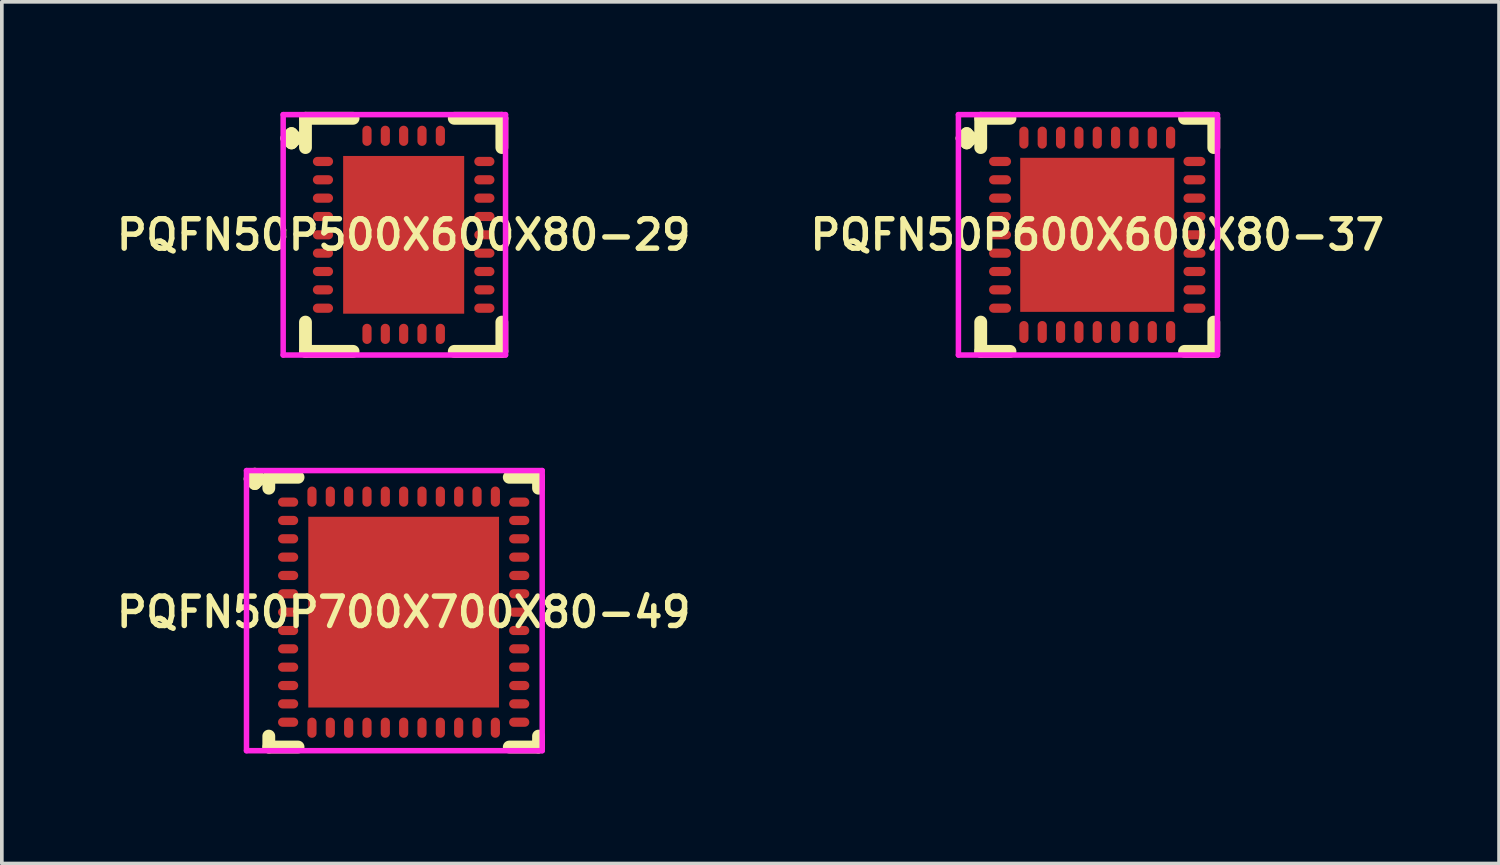
<source format=kicad_pcb>
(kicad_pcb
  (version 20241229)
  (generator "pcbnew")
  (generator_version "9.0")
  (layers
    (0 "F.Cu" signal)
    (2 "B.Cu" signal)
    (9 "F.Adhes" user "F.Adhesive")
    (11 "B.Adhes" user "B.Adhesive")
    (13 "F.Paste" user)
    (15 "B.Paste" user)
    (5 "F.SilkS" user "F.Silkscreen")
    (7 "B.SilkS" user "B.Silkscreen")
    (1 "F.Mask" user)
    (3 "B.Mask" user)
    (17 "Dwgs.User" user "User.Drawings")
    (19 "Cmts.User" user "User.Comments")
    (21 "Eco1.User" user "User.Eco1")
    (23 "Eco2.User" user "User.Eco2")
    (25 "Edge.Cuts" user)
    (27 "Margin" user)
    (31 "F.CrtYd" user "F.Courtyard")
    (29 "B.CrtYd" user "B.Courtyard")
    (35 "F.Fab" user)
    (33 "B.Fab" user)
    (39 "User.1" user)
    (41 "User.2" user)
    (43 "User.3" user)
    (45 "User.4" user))
  (footprint "PQFN50P500X600X80-29"
    (layer "F.Cu")
    (at 7.955 3.352)
    (property "Reference" "PQFN50P500X600X80-29" (at 0 0 0) (layer "F.SilkS") (effects (font (size 0.8 0.8) (thickness 0.15))))
    (attr smd)
    (fp_line (start -3.185 -2.633) (end -3.058 -2.76) (stroke (width 0.35) (type solid)) (layer "F.SilkS"))
    (fp_line (start -3.058 -2.76) (end -2.931 -2.633) (stroke (width 0.35) (type solid)) (layer "F.SilkS"))
    (fp_line (start -3.058 -2.506) (end -3.185 -2.633) (stroke (width 0.35) (type solid)) (layer "F.SilkS"))
    (fp_line (start -2.931 -2.633) (end -3.058 -2.506) (stroke (width 0.35) (type solid)) (layer "F.SilkS"))
    (fp_line (start -2.677 -3.177) (end -1.379 -3.177) (stroke (width 0.35) (type solid)) (layer "F.SilkS"))
    (fp_line (start -2.677 -2.379) (end -2.677 -3.177) (stroke (width 0.35) (type solid)) (layer "F.SilkS"))
    (fp_line (start -2.677 2.379) (end -2.677 3.177) (stroke (width 0.35) (type solid)) (layer "F.SilkS"))
    (fp_line (start -2.677 3.177) (end -1.379 3.177) (stroke (width 0.35) (type solid)) (layer "F.SilkS"))
    (fp_line (start 1.379 -3.177) (end 2.677 -3.177) (stroke (width 0.35) (type solid)) (layer "F.SilkS"))
    (fp_line (start 1.379 3.177) (end 2.677 3.177) (stroke (width 0.35) (type solid)) (layer "F.SilkS"))
    (fp_line (start 2.677 -3.177) (end 2.677 -2.379) (stroke (width 0.35) (type solid)) (layer "F.SilkS"))
    (fp_line (start 2.677 3.177) (end 2.677 2.379) (stroke (width 0.35) (type solid)) (layer "F.SilkS"))
    (fp_line (start -3.285 -3.277) (end 2.777 -3.277) (stroke (width 0.15) (type solid)) (layer "F.CrtYd"))
    (fp_line (start -3.285 3.277) (end -3.285 -3.277) (stroke (width 0.15) (type solid)) (layer "F.CrtYd"))
    (fp_line (start 2.777 -3.277) (end 2.777 3.277) (stroke (width 0.15) (type solid)) (layer "F.CrtYd"))
    (fp_line (start 2.777 3.277) (end -3.285 3.277) (stroke (width 0.15) (type solid)) (layer "F.CrtYd"))
    (pad "1" smd oval (at -2.2 -2) (size 0.55 0.25) (layers "F.Cu" "F.Mask" "F.Paste"))
    (pad "2" smd oval (at -2.2 -1.5) (size 0.55 0.25) (layers "F.Cu" "F.Mask" "F.Paste"))
    (pad "3" smd oval (at -2.2 -1) (size 0.55 0.25) (layers "F.Cu" "F.Mask" "F.Paste"))
    (pad "4" smd oval (at -2.2 -0.5) (size 0.55 0.25) (layers "F.Cu" "F.Mask" "F.Paste"))
    (pad "5" smd oval (at -2.2 0) (size 0.55 0.25) (layers "F.Cu" "F.Mask" "F.Paste"))
    (pad "6" smd oval (at -2.2 0.5) (size 0.55 0.25) (layers "F.Cu" "F.Mask" "F.Paste"))
    (pad "7" smd oval (at -2.2 1) (size 0.55 0.25) (layers "F.Cu" "F.Mask" "F.Paste"))
    (pad "8" smd oval (at -2.2 1.5) (size 0.55 0.25) (layers "F.Cu" "F.Mask" "F.Paste"))
    (pad "9" smd oval (at -2.2 2) (size 0.55 0.25) (layers "F.Cu" "F.Mask" "F.Paste"))
    (pad "10" smd oval (at -1 2.7) (size 0.25 0.55) (layers "F.Cu" "F.Mask" "F.Paste"))
    (pad "11" smd oval (at -0.5 2.7) (size 0.25 0.55) (layers "F.Cu" "F.Mask" "F.Paste"))
    (pad "12" smd oval (at 0 2.7) (size 0.25 0.55) (layers "F.Cu" "F.Mask" "F.Paste"))
    (pad "13" smd oval (at 0.5 2.7) (size 0.25 0.55) (layers "F.Cu" "F.Mask" "F.Paste"))
    (pad "14" smd oval (at 1 2.7) (size 0.25 0.55) (layers "F.Cu" "F.Mask" "F.Paste"))
    (pad "15" smd oval (at 2.2 2) (size 0.55 0.25) (layers "F.Cu" "F.Mask" "F.Paste"))
    (pad "16" smd oval (at 2.2 1.5) (size 0.55 0.25) (layers "F.Cu" "F.Mask" "F.Paste"))
    (pad "17" smd oval (at 2.2 1) (size 0.55 0.25) (layers "F.Cu" "F.Mask" "F.Paste"))
    (pad "18" smd oval (at 2.2 0.5) (size 0.55 0.25) (layers "F.Cu" "F.Mask" "F.Paste"))
    (pad "19" smd oval (at 2.2 0) (size 0.55 0.25) (layers "F.Cu" "F.Mask" "F.Paste"))
    (pad "20" smd oval (at 2.2 -0.5) (size 0.55 0.25) (layers "F.Cu" "F.Mask" "F.Paste"))
    (pad "21" smd oval (at 2.2 -1) (size 0.55 0.25) (layers "F.Cu" "F.Mask" "F.Paste"))
    (pad "22" smd oval (at 2.2 -1.5) (size 0.55 0.25) (layers "F.Cu" "F.Mask" "F.Paste"))
    (pad "23" smd oval (at 2.2 -2) (size 0.55 0.25) (layers "F.Cu" "F.Mask" "F.Paste"))
    (pad "24" smd oval (at 1 -2.7) (size 0.25 0.55) (layers "F.Cu" "F.Mask" "F.Paste"))
    (pad "25" smd oval (at 0.5 -2.7) (size 0.25 0.55) (layers "F.Cu" "F.Mask" "F.Paste"))
    (pad "26" smd oval (at 0 -2.7) (size 0.25 0.55) (layers "F.Cu" "F.Mask" "F.Paste"))
    (pad "27" smd oval (at -0.5 -2.7) (size 0.25 0.55) (layers "F.Cu" "F.Mask" "F.Paste"))
    (pad "28" smd oval (at -1 -2.7) (size 0.25 0.55) (layers "F.Cu" "F.Mask" "F.Paste"))
    (pad "29" smd rect (at 0 0) (size 3.3 4.3) (layers "F.Cu" "F.Mask" "F.Paste")))
  (footprint "PQFN50P600X600X80-37"
    (layer "F.Cu")
    (at 26.864 3.352)
    (property "Reference" "PQFN50P600X600X80-37" (at 0 0 0) (layer "F.SilkS") (effects (font (size 0.8 0.8) (thickness 0.15))))
    (attr smd)
    (fp_line (start -3.685 -2.633) (end -3.558 -2.76) (stroke (width 0.35) (type solid)) (layer "F.SilkS"))
    (fp_line (start -3.558 -2.76) (end -3.431 -2.633) (stroke (width 0.35) (type solid)) (layer "F.SilkS"))
    (fp_line (start -3.558 -2.506) (end -3.685 -2.633) (stroke (width 0.35) (type solid)) (layer "F.SilkS"))
    (fp_line (start -3.431 -2.633) (end -3.558 -2.506) (stroke (width 0.35) (type solid)) (layer "F.SilkS"))
    (fp_line (start -3.177 -3.177) (end -2.379 -3.177) (stroke (width 0.35) (type solid)) (layer "F.SilkS"))
    (fp_line (start -3.177 -2.379) (end -3.177 -3.177) (stroke (width 0.35) (type solid)) (layer "F.SilkS"))
    (fp_line (start -3.177 2.379) (end -3.177 3.177) (stroke (width 0.35) (type solid)) (layer "F.SilkS"))
    (fp_line (start -3.177 3.177) (end -2.379 3.177) (stroke (width 0.35) (type solid)) (layer "F.SilkS"))
    (fp_line (start 2.379 -3.177) (end 3.177 -3.177) (stroke (width 0.35) (type solid)) (layer "F.SilkS"))
    (fp_line (start 2.379 3.177) (end 3.177 3.177) (stroke (width 0.35) (type solid)) (layer "F.SilkS"))
    (fp_line (start 3.177 -3.177) (end 3.177 -2.379) (stroke (width 0.35) (type solid)) (layer "F.SilkS"))
    (fp_line (start 3.177 3.177) (end 3.177 2.379) (stroke (width 0.35) (type solid)) (layer "F.SilkS"))
    (fp_line (start -3.785 -3.277) (end 3.277 -3.277) (stroke (width 0.15) (type solid)) (layer "F.CrtYd"))
    (fp_line (start -3.785 3.277) (end -3.785 -3.277) (stroke (width 0.15) (type solid)) (layer "F.CrtYd"))
    (fp_line (start 3.277 -3.277) (end 3.277 3.277) (stroke (width 0.15) (type solid)) (layer "F.CrtYd"))
    (fp_line (start 3.277 3.277) (end -3.785 3.277) (stroke (width 0.15) (type solid)) (layer "F.CrtYd"))
    (pad "1" smd oval (at -2.65 -2) (size 0.6 0.25) (layers "F.Cu" "F.Mask" "F.Paste"))
    (pad "2" smd oval (at -2.65 -1.5) (size 0.6 0.25) (layers "F.Cu" "F.Mask" "F.Paste"))
    (pad "3" smd oval (at -2.65 -1) (size 0.6 0.25) (layers "F.Cu" "F.Mask" "F.Paste"))
    (pad "4" smd oval (at -2.65 -0.5) (size 0.6 0.25) (layers "F.Cu" "F.Mask" "F.Paste"))
    (pad "5" smd oval (at -2.65 0) (size 0.6 0.25) (layers "F.Cu" "F.Mask" "F.Paste"))
    (pad "6" smd oval (at -2.65 0.5) (size 0.6 0.25) (layers "F.Cu" "F.Mask" "F.Paste"))
    (pad "7" smd oval (at -2.65 1) (size 0.6 0.25) (layers "F.Cu" "F.Mask" "F.Paste"))
    (pad "8" smd oval (at -2.65 1.5) (size 0.6 0.25) (layers "F.Cu" "F.Mask" "F.Paste"))
    (pad "9" smd oval (at -2.65 2) (size 0.6 0.25) (layers "F.Cu" "F.Mask" "F.Paste"))
    (pad "10" smd oval (at -2 2.65) (size 0.25 0.6) (layers "F.Cu" "F.Mask" "F.Paste"))
    (pad "11" smd oval (at -1.5 2.65) (size 0.25 0.6) (layers "F.Cu" "F.Mask" "F.Paste"))
    (pad "12" smd oval (at -1 2.65) (size 0.25 0.6) (layers "F.Cu" "F.Mask" "F.Paste"))
    (pad "13" smd oval (at -0.5 2.65) (size 0.25 0.6) (layers "F.Cu" "F.Mask" "F.Paste"))
    (pad "14" smd oval (at 0 2.65) (size 0.25 0.6) (layers "F.Cu" "F.Mask" "F.Paste"))
    (pad "15" smd oval (at 0.5 2.65) (size 0.25 0.6) (layers "F.Cu" "F.Mask" "F.Paste"))
    (pad "16" smd oval (at 1 2.65) (size 0.25 0.6) (layers "F.Cu" "F.Mask" "F.Paste"))
    (pad "17" smd oval (at 1.5 2.65) (size 0.25 0.6) (layers "F.Cu" "F.Mask" "F.Paste"))
    (pad "18" smd oval (at 2 2.65) (size 0.25 0.6) (layers "F.Cu" "F.Mask" "F.Paste"))
    (pad "19" smd oval (at 2.65 2) (size 0.6 0.25) (layers "F.Cu" "F.Mask" "F.Paste"))
    (pad "20" smd oval (at 2.65 1.5) (size 0.6 0.25) (layers "F.Cu" "F.Mask" "F.Paste"))
    (pad "21" smd oval (at 2.65 1) (size 0.6 0.25) (layers "F.Cu" "F.Mask" "F.Paste"))
    (pad "22" smd oval (at 2.65 0.5) (size 0.6 0.25) (layers "F.Cu" "F.Mask" "F.Paste"))
    (pad "23" smd oval (at 2.65 0) (size 0.6 0.25) (layers "F.Cu" "F.Mask" "F.Paste"))
    (pad "24" smd oval (at 2.65 -0.5) (size 0.6 0.25) (layers "F.Cu" "F.Mask" "F.Paste"))
    (pad "25" smd oval (at 2.65 -1) (size 0.6 0.25) (layers "F.Cu" "F.Mask" "F.Paste"))
    (pad "26" smd oval (at 2.65 -1.5) (size 0.6 0.25) (layers "F.Cu" "F.Mask" "F.Paste"))
    (pad "27" smd oval (at 2.65 -2) (size 0.6 0.25) (layers "F.Cu" "F.Mask" "F.Paste"))
    (pad "28" smd oval (at 2 -2.65) (size 0.25 0.6) (layers "F.Cu" "F.Mask" "F.Paste"))
    (pad "29" smd oval (at 1.5 -2.65) (size 0.25 0.6) (layers "F.Cu" "F.Mask" "F.Paste"))
    (pad "30" smd oval (at 1 -2.65) (size 0.25 0.6) (layers "F.Cu" "F.Mask" "F.Paste"))
    (pad "31" smd oval (at 0.5 -2.65) (size 0.25 0.6) (layers "F.Cu" "F.Mask" "F.Paste"))
    (pad "32" smd oval (at 0 -2.65) (size 0.25 0.6) (layers "F.Cu" "F.Mask" "F.Paste"))
    (pad "33" smd oval (at -0.5 -2.65) (size 0.25 0.6) (layers "F.Cu" "F.Mask" "F.Paste"))
    (pad "34" smd oval (at -1 -2.65) (size 0.25 0.6) (layers "F.Cu" "F.Mask" "F.Paste"))
    (pad "35" smd oval (at -1.5 -2.65) (size 0.25 0.6) (layers "F.Cu" "F.Mask" "F.Paste"))
    (pad "36" smd oval (at -2 -2.65) (size 0.25 0.6) (layers "F.Cu" "F.Mask" "F.Paste"))
    (pad "37" smd rect (at 0 0) (size 4.2 4.2) (layers "F.Cu" "F.Mask" "F.Paste")))
  (footprint "PQFN50P700X700X80-49"
    (layer "F.Cu")
    (at 7.955 13.639)
    (property "Reference" "PQFN50P700X700X80-49" (at 0 0 0) (layer "F.SilkS") (effects (font (size 0.8 0.8) (thickness 0.15))))
    (attr smd)
    (fp_line (start -4.185 -3.633) (end -4.058 -3.76) (stroke (width 0.35) (type solid)) (layer "F.SilkS"))
    (fp_line (start -4.058 -3.76) (end -3.931 -3.633) (stroke (width 0.35) (type solid)) (layer "F.SilkS"))
    (fp_line (start -4.058 -3.506) (end -4.185 -3.633) (stroke (width 0.35) (type solid)) (layer "F.SilkS"))
    (fp_line (start -3.931 -3.633) (end -4.058 -3.506) (stroke (width 0.35) (type solid)) (layer "F.SilkS"))
    (fp_line (start -3.677 -3.677) (end -2.879 -3.677) (stroke (width 0.35) (type solid)) (layer "F.SilkS"))
    (fp_line (start -3.677 -3.379) (end -3.677 -3.677) (stroke (width 0.35) (type solid)) (layer "F.SilkS"))
    (fp_line (start -3.677 3.379) (end -3.677 3.677) (stroke (width 0.35) (type solid)) (layer "F.SilkS"))
    (fp_line (start -3.677 3.677) (end -2.879 3.677) (stroke (width 0.35) (type solid)) (layer "F.SilkS"))
    (fp_line (start 2.879 -3.677) (end 3.677 -3.677) (stroke (width 0.35) (type solid)) (layer "F.SilkS"))
    (fp_line (start 2.879 3.677) (end 3.677 3.677) (stroke (width 0.35) (type solid)) (layer "F.SilkS"))
    (fp_line (start 3.677 -3.677) (end 3.677 -3.379) (stroke (width 0.35) (type solid)) (layer "F.SilkS"))
    (fp_line (start 3.677 3.677) (end 3.677 3.379) (stroke (width 0.35) (type solid)) (layer "F.SilkS"))
    (fp_line (start -4.285 -3.86) (end 3.777 -3.86) (stroke (width 0.15) (type solid)) (layer "F.CrtYd"))
    (fp_line (start -4.285 3.777) (end -4.285 -3.86) (stroke (width 0.15) (type solid)) (layer "F.CrtYd"))
    (fp_line (start 3.777 -3.86) (end 3.777 3.777) (stroke (width 0.15) (type solid)) (layer "F.CrtYd"))
    (fp_line (start 3.777 3.777) (end -4.285 3.777) (stroke (width 0.15) (type solid)) (layer "F.CrtYd"))
    (pad "1" smd oval (at -3.15 -3) (size 0.55 0.25) (layers "F.Cu" "F.Mask" "F.Paste"))
    (pad "2" smd oval (at -3.15 -2.5) (size 0.55 0.25) (layers "F.Cu" "F.Mask" "F.Paste"))
    (pad "3" smd oval (at -3.15 -2) (size 0.55 0.25) (layers "F.Cu" "F.Mask" "F.Paste"))
    (pad "4" smd oval (at -3.15 -1.5) (size 0.55 0.25) (layers "F.Cu" "F.Mask" "F.Paste"))
    (pad "5" smd oval (at -3.15 -1) (size 0.55 0.25) (layers "F.Cu" "F.Mask" "F.Paste"))
    (pad "6" smd oval (at -3.15 -0.5) (size 0.55 0.25) (layers "F.Cu" "F.Mask" "F.Paste"))
    (pad "7" smd oval (at -3.15 0) (size 0.55 0.25) (layers "F.Cu" "F.Mask" "F.Paste"))
    (pad "8" smd oval (at -3.15 0.5) (size 0.55 0.25) (layers "F.Cu" "F.Mask" "F.Paste"))
    (pad "9" smd oval (at -3.15 1) (size 0.55 0.25) (layers "F.Cu" "F.Mask" "F.Paste"))
    (pad "10" smd oval (at -3.15 1.5) (size 0.55 0.25) (layers "F.Cu" "F.Mask" "F.Paste"))
    (pad "11" smd oval (at -3.15 2) (size 0.55 0.25) (layers "F.Cu" "F.Mask" "F.Paste"))
    (pad "12" smd oval (at -3.15 2.5) (size 0.55 0.25) (layers "F.Cu" "F.Mask" "F.Paste"))
    (pad "13" smd oval (at -3.15 3) (size 0.55 0.25) (layers "F.Cu" "F.Mask" "F.Paste"))
    (pad "14" smd oval (at -2.5 3.15) (size 0.25 0.55) (layers "F.Cu" "F.Mask" "F.Paste"))
    (pad "15" smd oval (at -2 3.15) (size 0.25 0.55) (layers "F.Cu" "F.Mask" "F.Paste"))
    (pad "16" smd oval (at -1.5 3.15) (size 0.25 0.55) (layers "F.Cu" "F.Mask" "F.Paste"))
    (pad "17" smd oval (at -1 3.15) (size 0.25 0.55) (layers "F.Cu" "F.Mask" "F.Paste"))
    (pad "18" smd oval (at -0.5 3.15) (size 0.25 0.55) (layers "F.Cu" "F.Mask" "F.Paste"))
    (pad "19" smd oval (at 0 3.15) (size 0.25 0.55) (layers "F.Cu" "F.Mask" "F.Paste"))
    (pad "20" smd oval (at 0.5 3.15) (size 0.25 0.55) (layers "F.Cu" "F.Mask" "F.Paste"))
    (pad "21" smd oval (at 1 3.15) (size 0.25 0.55) (layers "F.Cu" "F.Mask" "F.Paste"))
    (pad "22" smd oval (at 1.5 3.15) (size 0.25 0.55) (layers "F.Cu" "F.Mask" "F.Paste"))
    (pad "23" smd oval (at 2 3.15) (size 0.25 0.55) (layers "F.Cu" "F.Mask" "F.Paste"))
    (pad "24" smd oval (at 2.5 3.15) (size 0.25 0.55) (layers "F.Cu" "F.Mask" "F.Paste"))
    (pad "25" smd oval (at 3.15 3) (size 0.55 0.25) (layers "F.Cu" "F.Mask" "F.Paste"))
    (pad "26" smd oval (at 3.15 2.5) (size 0.55 0.25) (layers "F.Cu" "F.Mask" "F.Paste"))
    (pad "27" smd oval (at 3.15 2) (size 0.55 0.25) (layers "F.Cu" "F.Mask" "F.Paste"))
    (pad "28" smd oval (at 3.15 1.5) (size 0.55 0.25) (layers "F.Cu" "F.Mask" "F.Paste"))
    (pad "29" smd oval (at 3.15 1) (size 0.55 0.25) (layers "F.Cu" "F.Mask" "F.Paste"))
    (pad "30" smd oval (at 3.15 0.5) (size 0.55 0.25) (layers "F.Cu" "F.Mask" "F.Paste"))
    (pad "31" smd oval (at 3.15 0) (size 0.55 0.25) (layers "F.Cu" "F.Mask" "F.Paste"))
    (pad "32" smd oval (at 3.15 -0.5) (size 0.55 0.25) (layers "F.Cu" "F.Mask" "F.Paste"))
    (pad "33" smd oval (at 3.15 -1) (size 0.55 0.25) (layers "F.Cu" "F.Mask" "F.Paste"))
    (pad "34" smd oval (at 3.15 -1.5) (size 0.55 0.25) (layers "F.Cu" "F.Mask" "F.Paste"))
    (pad "35" smd oval (at 3.15 -2) (size 0.55 0.25) (layers "F.Cu" "F.Mask" "F.Paste"))
    (pad "36" smd oval (at 3.15 -2.5) (size 0.55 0.25) (layers "F.Cu" "F.Mask" "F.Paste"))
    (pad "37" smd oval (at 3.15 -3) (size 0.55 0.25) (layers "F.Cu" "F.Mask" "F.Paste"))
    (pad "38" smd oval (at 2.5 -3.15) (size 0.25 0.55) (layers "F.Cu" "F.Mask" "F.Paste"))
    (pad "39" smd oval (at 2 -3.15) (size 0.25 0.55) (layers "F.Cu" "F.Mask" "F.Paste"))
    (pad "40" smd oval (at 1.5 -3.15) (size 0.25 0.55) (layers "F.Cu" "F.Mask" "F.Paste"))
    (pad "41" smd oval (at 1 -3.15) (size 0.25 0.55) (layers "F.Cu" "F.Mask" "F.Paste"))
    (pad "42" smd oval (at 0.5 -3.15) (size 0.25 0.55) (layers "F.Cu" "F.Mask" "F.Paste"))
    (pad "43" smd oval (at 0 -3.15) (size 0.25 0.55) (layers "F.Cu" "F.Mask" "F.Paste"))
    (pad "44" smd oval (at -0.5 -3.15) (size 0.25 0.55) (layers "F.Cu" "F.Mask" "F.Paste"))
    (pad "45" smd oval (at -1 -3.15) (size 0.25 0.55) (layers "F.Cu" "F.Mask" "F.Paste"))
    (pad "46" smd oval (at -1.5 -3.15) (size 0.25 0.55) (layers "F.Cu" "F.Mask" "F.Paste"))
    (pad "47" smd oval (at -2 -3.15) (size 0.25 0.55) (layers "F.Cu" "F.Mask" "F.Paste"))
    (pad "48" smd oval (at -2.5 -3.15) (size 0.25 0.55) (layers "F.Cu" "F.Mask" "F.Paste"))
    (pad "49" smd rect (at 0 0) (size 5.2 5.2) (layers "F.Cu" "F.Mask" "F.Paste")))
  (gr_rect
    (start -3 -3)
    (end 37.818 20.491)
    (stroke (width 0.1) (type default))
    (fill no)
    (layer "Edge.Cuts")))
</source>
